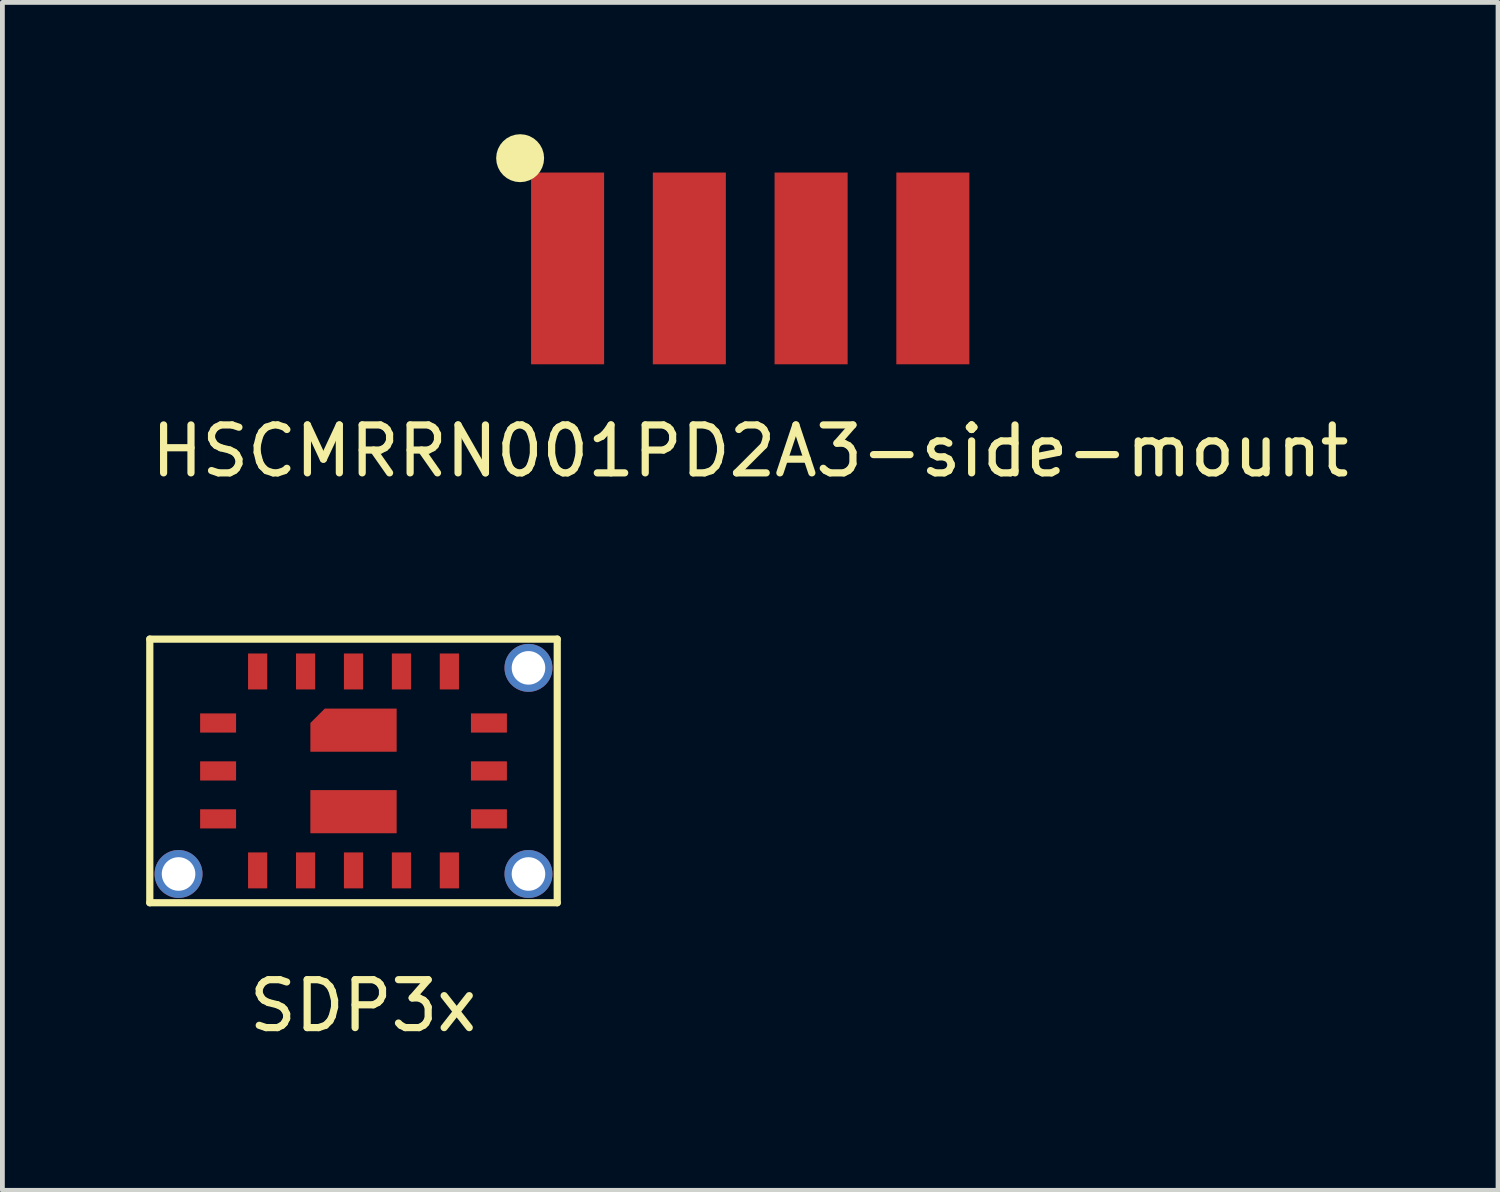
<source format=kicad_pcb>
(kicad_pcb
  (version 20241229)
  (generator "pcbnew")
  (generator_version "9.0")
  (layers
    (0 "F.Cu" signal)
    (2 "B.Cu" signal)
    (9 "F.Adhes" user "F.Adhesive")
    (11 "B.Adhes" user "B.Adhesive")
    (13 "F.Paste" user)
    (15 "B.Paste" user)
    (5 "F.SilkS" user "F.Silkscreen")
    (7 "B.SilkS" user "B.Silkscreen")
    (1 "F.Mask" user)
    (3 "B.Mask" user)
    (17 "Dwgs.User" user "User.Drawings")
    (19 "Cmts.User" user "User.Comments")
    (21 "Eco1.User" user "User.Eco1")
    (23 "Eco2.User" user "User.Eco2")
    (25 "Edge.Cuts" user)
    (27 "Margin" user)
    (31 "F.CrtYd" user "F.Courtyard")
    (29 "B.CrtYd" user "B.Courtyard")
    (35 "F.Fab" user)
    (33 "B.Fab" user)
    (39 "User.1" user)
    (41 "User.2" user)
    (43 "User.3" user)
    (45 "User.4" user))
  (footprint "HSCMRRN001PD2A3-side-mount"
    (layer "F.Cu")
    (at 12.601 2.55)
    (property "Reference" "HSCMRRN001PD2A3-side-mount" (at 0 3.81 0) (layer "F.SilkS") (effects (font (size 1 1) (thickness 0.15))))
    (attr through_hole)
    (fp_circle (center -4.8 -2.3) (end -4.8 -2.3) (stroke (width 0.5) (type solid)) (fill no) (layer "F.SilkS"))
    (pad "1" smd rect (at -3.81 0) (size 1.524 4) (layers "F.Cu" "F.Mask" "F.Paste"))
    (pad "2" smd rect (at -1.27 0) (size 1.524 4) (layers "F.Cu" "F.Mask" "F.Paste"))
    (pad "3" smd rect (at 1.27 0) (size 1.524 4) (layers "F.Cu" "F.Mask" "F.Paste"))
    (pad "4" smd rect (at 3.81 0) (size 1.524 4) (layers "F.Cu" "F.Mask" "F.Paste")))
  (footprint "SDP3x"
    (layer "F.Cu")
    (at 4.325 13.033)
    (property "Reference" "SDP3x" (at 0.2 4.9 0) (layer "F.SilkS") (effects (font (size 1 1) (thickness 0.15))))
    (attr through_hole)
    (fp_line (start -4.25 -2.75) (end 4.25 -2.75) (stroke (width 0.15) (type solid)) (layer "F.SilkS"))
    (fp_line (start -4.25 2.75) (end -4.25 -2.75) (stroke (width 0.15) (type solid)) (layer "F.SilkS"))
    (fp_line (start 4.25 -2.75) (end 4.25 2.75) (stroke (width 0.15) (type solid)) (layer "F.SilkS"))
    (fp_line (start 4.25 2.75) (end -4.25 2.75) (stroke (width 0.15) (type solid)) (layer "F.SilkS"))
    (pad "" np_thru_hole circle (at -3.65 2.15) (size 1 1) (drill 0.7) (layers "*.Cu" "*.Mask"))
    (pad "" smd custom (at 0 -0.85) (size 0.1 0.1) (layers "F.Cu" "F.Mask" "F.Paste") (options (anchor rect)) (primitives (gr_poly (pts (xy -0.6 -0.45) (xy 0.9 -0.45) (xy 0.9 0.45) (xy -0.9 0.45) (xy -0.9 -0.15)) (width 0) (fill yes))))
    (pad "" smd rect (at 0 0.85) (size 1.8 0.9) (layers "F.Cu" "F.Mask" "F.Paste"))
    (pad "" np_thru_hole circle (at 3.65 -2.15) (size 1 1) (drill 0.7) (layers "*.Cu" "*.Mask"))
    (pad "" np_thru_hole circle (at 3.65 2.15) (size 1 1) (drill 0.7) (layers "*.Cu" "*.Mask"))
    (pad "1" smd rect (at -3 -1) (size 0.75 0.4) (drill (offset 0.175 0)) (layers "F.Cu" "F.Mask" "F.Paste"))
    (pad "2" smd rect (at -3 0) (size 0.75 0.4) (drill (offset 0.175 0)) (layers "F.Cu" "F.Mask" "F.Paste"))
    (pad "3" smd rect (at -3 1) (size 0.75 0.4) (drill (offset 0.175 0)) (layers "F.Cu" "F.Mask" "F.Paste"))
    (pad "4" smd rect (at -2 2.25) (size 0.4 0.75) (drill (offset 0 -0.175)) (layers "F.Cu" "F.Mask" "F.Paste"))
    (pad "5" smd rect (at -1 2.25) (size 0.4 0.75) (drill (offset 0 -0.175)) (layers "F.Cu" "F.Mask" "F.Paste"))
    (pad "6" smd rect (at 0 2.25) (size 0.4 0.75) (drill (offset 0 -0.175)) (layers "F.Cu" "F.Mask" "F.Paste"))
    (pad "7" smd rect (at 1 2.25) (size 0.4 0.75) (drill (offset 0 -0.175)) (layers "F.Cu" "F.Mask" "F.Paste"))
    (pad "8" smd rect (at 2 2.25) (size 0.4 0.75) (drill (offset 0 -0.175)) (layers "F.Cu" "F.Mask" "F.Paste"))
    (pad "9" smd rect (at 3 1) (size 0.75 0.4) (drill (offset -0.175 0)) (layers "F.Cu" "F.Mask" "F.Paste"))
    (pad "10" smd rect (at 3 0) (size 0.75 0.4) (drill (offset -0.175 0)) (layers "F.Cu" "F.Mask" "F.Paste"))
    (pad "11" smd rect (at 3 -1) (size 0.75 0.4) (drill (offset -0.175 0)) (layers "F.Cu" "F.Mask" "F.Paste"))
    (pad "12" smd rect (at 2 -2.25) (size 0.4 0.75) (drill (offset 0 0.175)) (layers "F.Cu" "F.Mask" "F.Paste"))
    (pad "13" smd rect (at 1 -2.25) (size 0.4 0.75) (drill (offset 0 0.175)) (layers "F.Cu" "F.Mask" "F.Paste"))
    (pad "14" smd rect (at 0 -2.25) (size 0.4 0.75) (drill (offset 0 0.175)) (layers "F.Cu" "F.Mask" "F.Paste"))
    (pad "15" smd rect (at -1 -2.25) (size 0.4 0.75) (drill (offset 0 0.175)) (layers "F.Cu" "F.Mask" "F.Paste"))
    (pad "16" smd rect (at -2 -2.25) (size 0.4 0.75) (drill (offset 0 0.175)) (layers "F.Cu" "F.Mask" "F.Paste")))
  (gr_rect
    (start -3 -3)
    (end 28.202 21.782)
    (stroke (width 0.1) (type default))
    (fill no)
    (layer "Edge.Cuts")))
</source>
